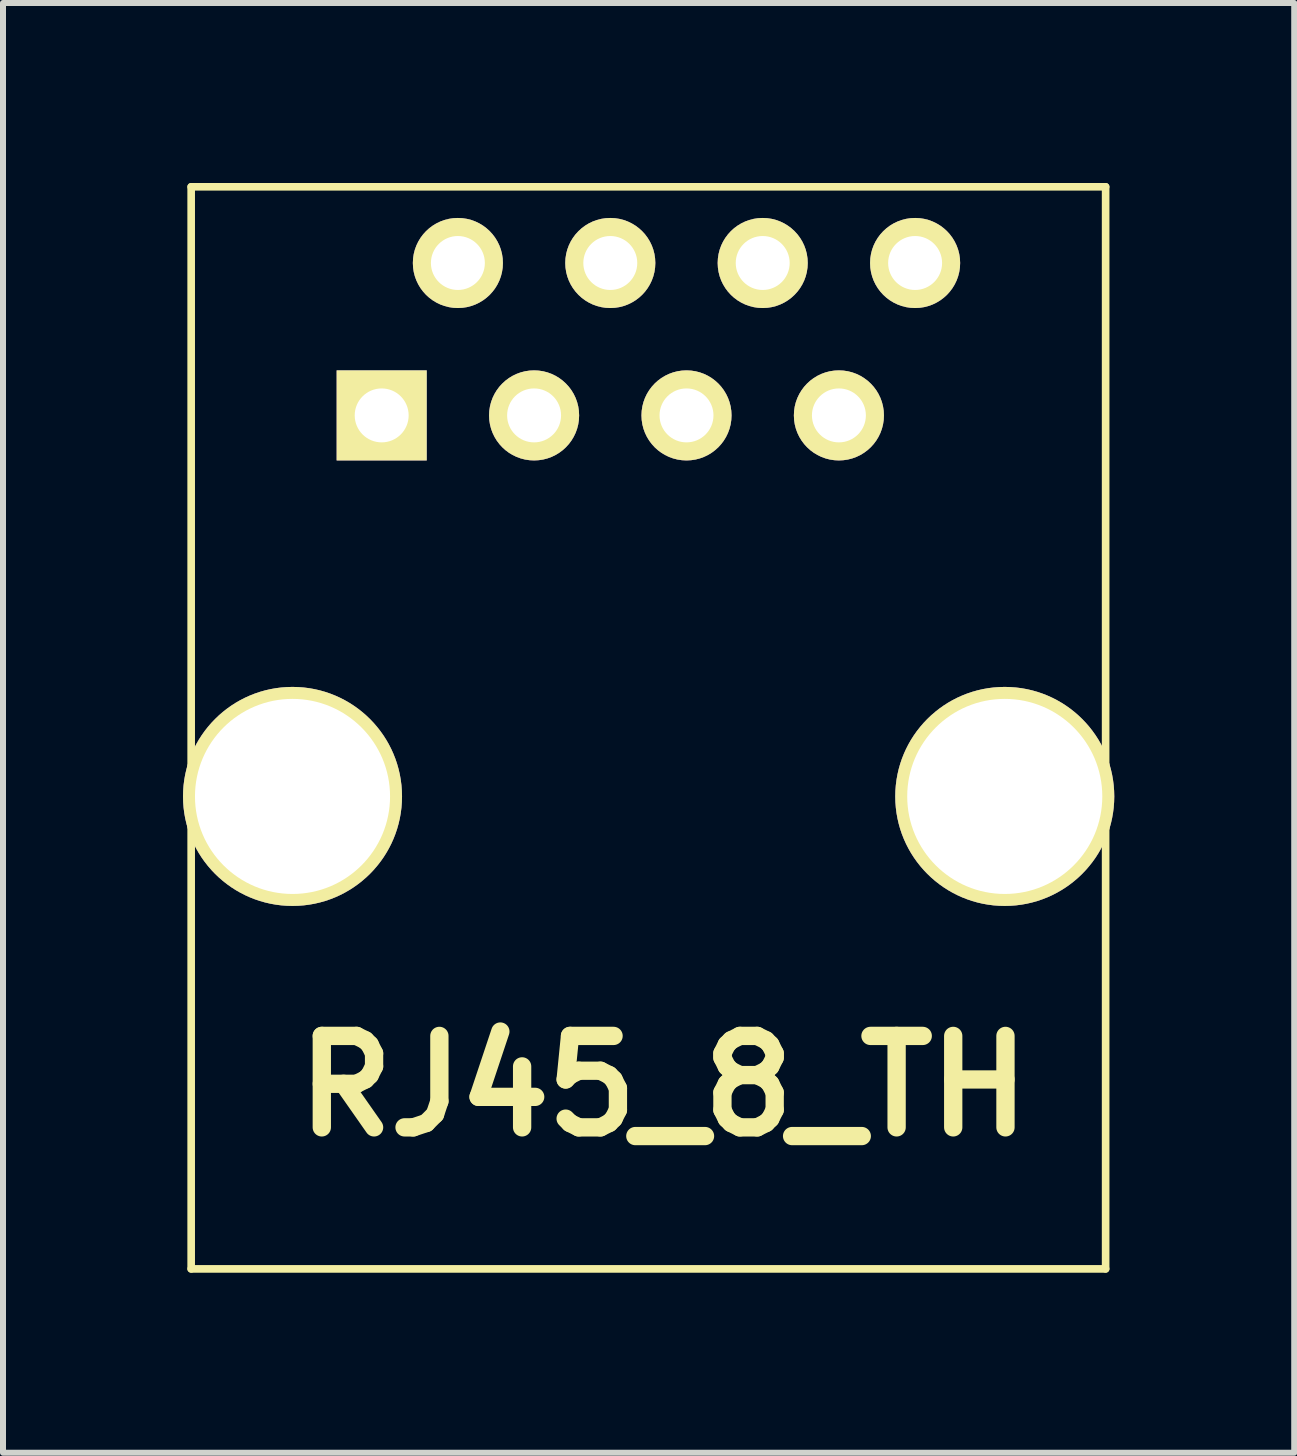
<source format=kicad_pcb>
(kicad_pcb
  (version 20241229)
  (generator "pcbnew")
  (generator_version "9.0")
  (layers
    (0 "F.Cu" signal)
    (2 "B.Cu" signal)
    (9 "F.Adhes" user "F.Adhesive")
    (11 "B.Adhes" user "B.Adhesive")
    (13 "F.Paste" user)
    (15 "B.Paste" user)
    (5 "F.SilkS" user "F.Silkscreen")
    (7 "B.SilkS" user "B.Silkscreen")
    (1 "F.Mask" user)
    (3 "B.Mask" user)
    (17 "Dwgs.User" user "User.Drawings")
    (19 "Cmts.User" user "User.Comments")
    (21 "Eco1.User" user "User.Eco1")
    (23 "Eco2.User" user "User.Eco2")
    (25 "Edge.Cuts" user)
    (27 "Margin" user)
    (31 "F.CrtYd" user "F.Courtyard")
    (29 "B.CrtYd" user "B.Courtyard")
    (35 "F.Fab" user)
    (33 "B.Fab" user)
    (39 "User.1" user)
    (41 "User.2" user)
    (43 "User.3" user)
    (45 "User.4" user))
  (footprint "RJ45_8_TH"
    (placed yes)
    (layer "F.Cu")
    (at 7.756 10.223)
    (property "Reference" "RJ45_8_TH" (at 0.254 4.826 0) (layer "F.SilkS") (effects (font (size 1.524 1.524) (thickness 0.305))))
    (attr through_hole)
    (fp_line (start -7.62 -10.16) (end -7.62 7.874) (stroke (width 0.127) (type solid)) (layer "F.SilkS"))
    (fp_line (start -7.62 7.874) (end 7.62 7.874) (stroke (width 0.127) (type solid)) (layer "F.SilkS"))
    (fp_line (start 7.62 -10.16) (end -7.62 -10.16) (stroke (width 0.127) (type solid)) (layer "F.SilkS"))
    (fp_line (start 7.62 7.874) (end 7.62 -10.16) (stroke (width 0.127) (type solid)) (layer "F.SilkS"))
    (pad "1" thru_hole rect (at -4.445 -6.35) (size 1.501 1.501) (drill 0.899) (layers "*.Cu" "*.Mask" "F.SilkS"))
    (pad "2" thru_hole circle (at -3.175 -8.89) (size 1.501 1.501) (drill 0.899) (layers "*.Cu" "*.Mask" "F.SilkS"))
    (pad "3" thru_hole circle (at -1.905 -6.35) (size 1.501 1.501) (drill 0.899) (layers "*.Cu" "*.Mask" "F.SilkS"))
    (pad "4" thru_hole circle (at -0.635 -8.89) (size 1.501 1.501) (drill 0.899) (layers "*.Cu" "*.Mask" "F.SilkS"))
    (pad "5" thru_hole circle (at 0.635 -6.35) (size 1.501 1.501) (drill 0.899) (layers "*.Cu" "*.Mask" "F.SilkS"))
    (pad "6" thru_hole circle (at 1.905 -8.89) (size 1.501 1.501) (drill 0.899) (layers "*.Cu" "*.Mask" "F.SilkS"))
    (pad "7" thru_hole circle (at 3.175 -6.35) (size 1.501 1.501) (drill 0.899) (layers "*.Cu" "*.Mask" "F.SilkS"))
    (pad "8" thru_hole circle (at 4.445 -8.89) (size 1.501 1.501) (drill 0.899) (layers "*.Cu" "*.Mask" "F.SilkS"))
    (pad "Hole" thru_hole circle (at -5.931 0) (size 3.65 3.65) (drill 3.251) (layers "*.Cu" "*.Mask" "F.SilkS"))
    (pad "Hole" thru_hole circle (at 5.939 0) (size 3.65 3.65) (drill 3.251) (layers "*.Cu" "*.Mask" "F.SilkS")))
  (gr_rect
    (start -3 -3)
    (end 18.519 21.161)
    (stroke (width 0.1) (type default))
    (fill no)
    (layer "Edge.Cuts")))
</source>
